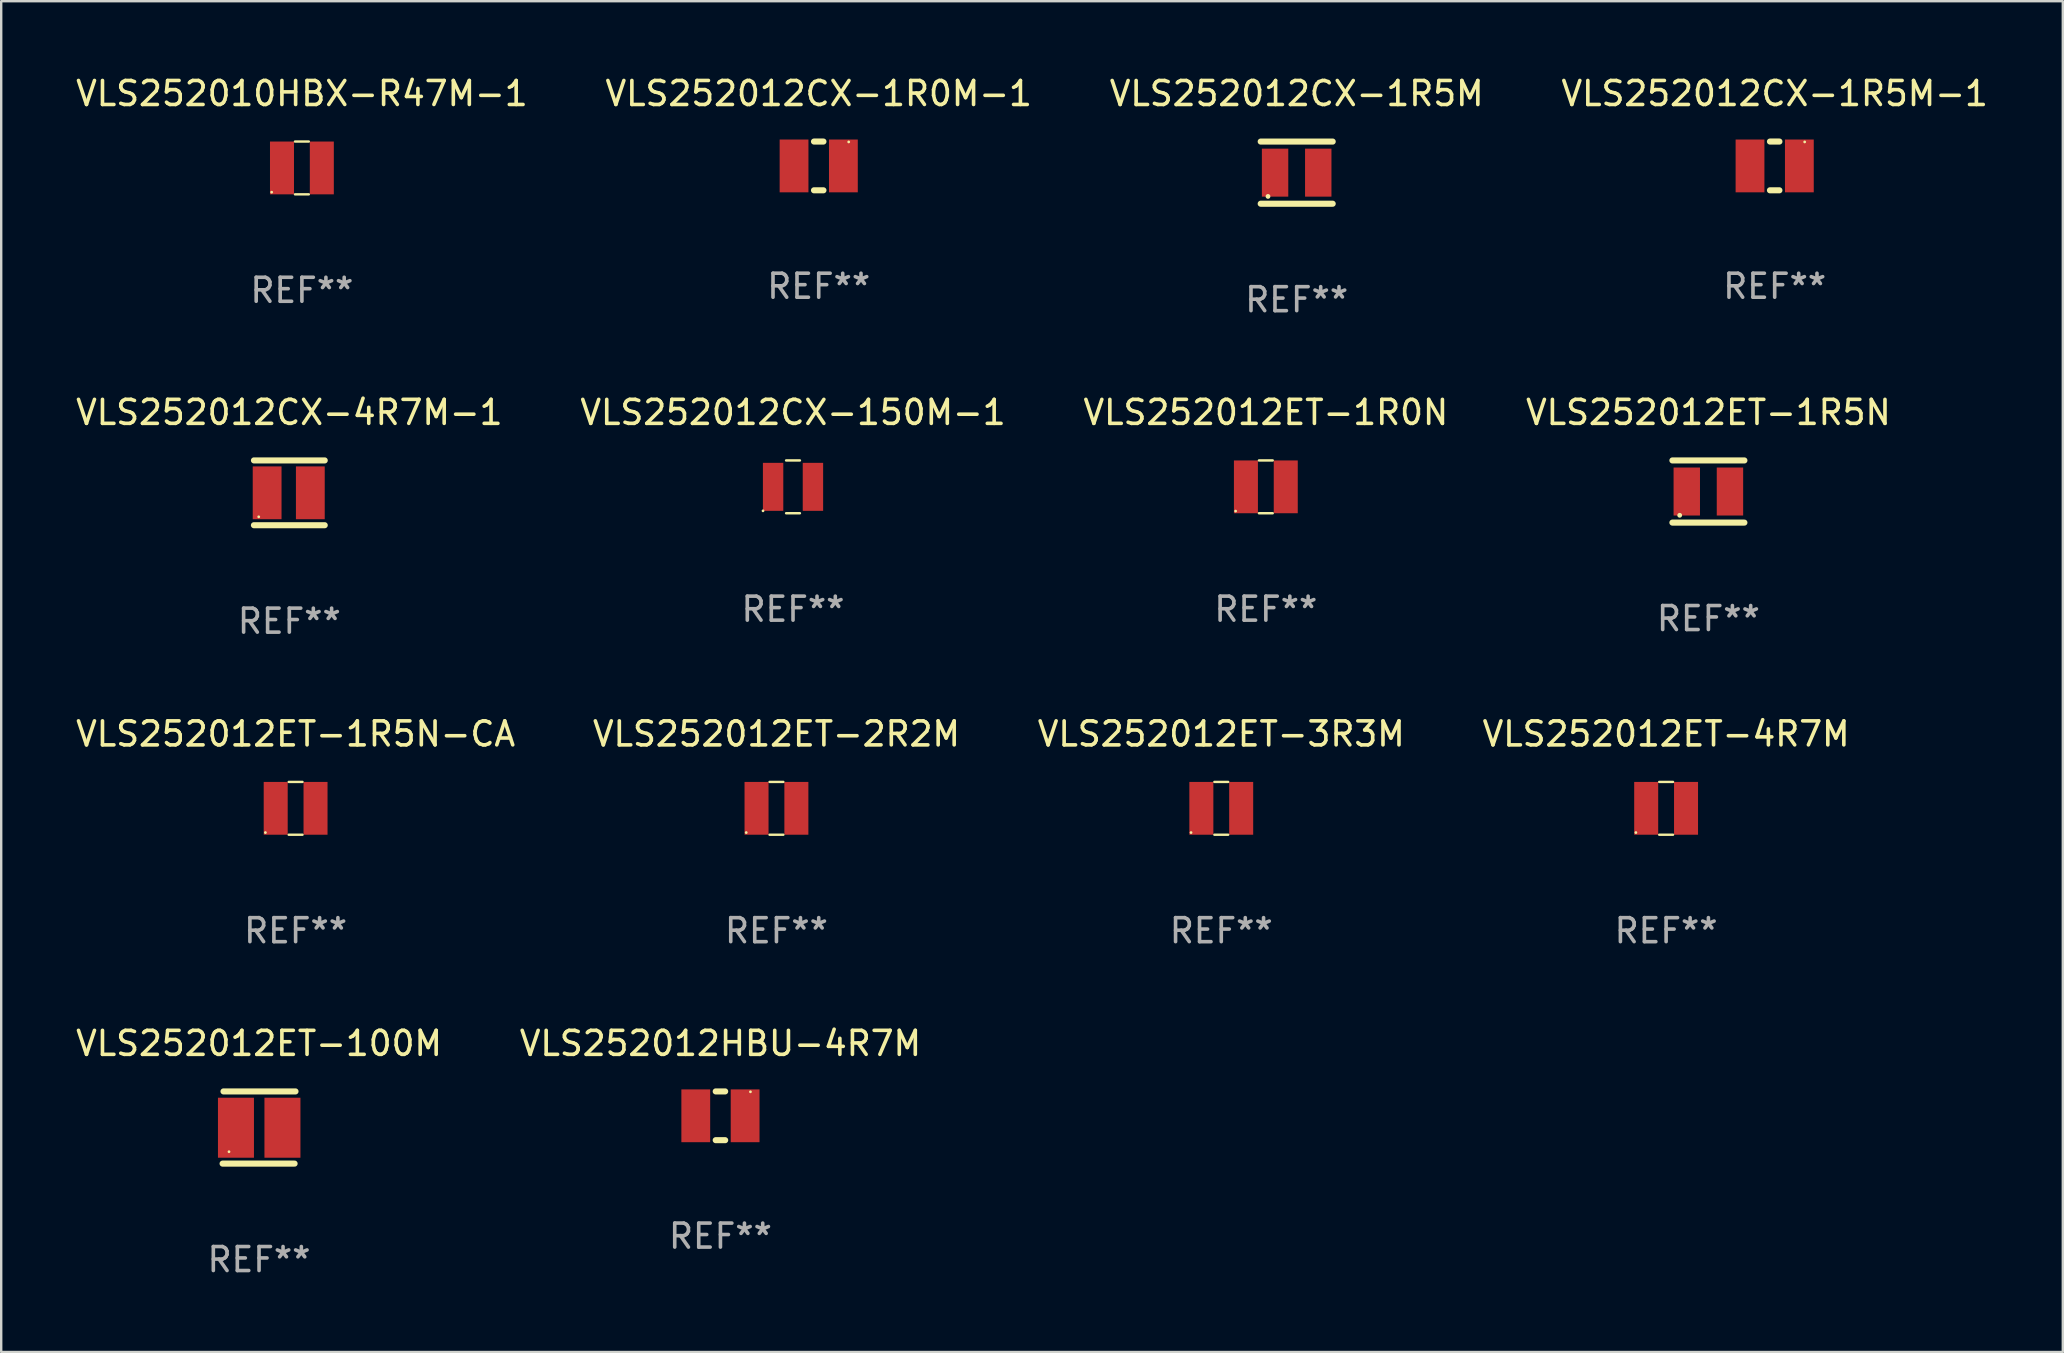
<source format=kicad_pcb>
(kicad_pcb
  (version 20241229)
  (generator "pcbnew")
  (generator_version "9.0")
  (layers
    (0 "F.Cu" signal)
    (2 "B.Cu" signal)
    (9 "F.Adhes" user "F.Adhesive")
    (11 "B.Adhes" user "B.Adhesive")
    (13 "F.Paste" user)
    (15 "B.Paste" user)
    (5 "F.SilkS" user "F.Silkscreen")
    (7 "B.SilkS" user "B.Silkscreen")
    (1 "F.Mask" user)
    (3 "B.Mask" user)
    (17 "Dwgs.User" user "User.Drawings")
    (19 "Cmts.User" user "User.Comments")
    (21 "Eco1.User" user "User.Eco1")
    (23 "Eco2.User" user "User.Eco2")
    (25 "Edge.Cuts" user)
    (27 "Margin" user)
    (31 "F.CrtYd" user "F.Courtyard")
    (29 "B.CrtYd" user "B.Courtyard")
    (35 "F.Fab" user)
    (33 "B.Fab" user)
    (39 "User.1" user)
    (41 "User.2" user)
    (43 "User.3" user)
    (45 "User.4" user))
  (footprint "VLS252010HBX-R47M-1"
    (layer "F.Cu")
    (at 9.53 3.948)
    (property "Reference" "VLS252010HBX-R47M-1" (at 0 -3.1 0) (layer "F.SilkS") (effects (font (size 1 1) (thickness 0.15))))
    (attr through_hole)
    (fp_line (start -0.287 -1.1) (end 0.287 -1.1) (stroke (width 0.102) (type solid)) (layer "F.SilkS"))
    (fp_line (start 0.287 1.1) (end -0.287 1.1) (stroke (width 0.102) (type solid)) (layer "F.SilkS"))
    (fp_circle (center -1.26 1.01) (end -1.23 1.01) (stroke (width 0.06) (type solid)) (fill no) (layer "F.SilkS"))
    (fp_text user "REF**" (at 0 5.1 0) (layer "F.Fab") (effects (font (size 1 1) (thickness 0.15))))
    (pad "1" smd rect (at -0.83 0) (size 1 2.2) (layers "F.Cu" "F.Mask" "F.Paste"))
    (pad "2" smd rect (at 0.83 0) (size 1 2.2) (layers "F.Cu" "F.Mask" "F.Paste")))
  (footprint "VLS252012HBU-4R7M"
    (layer "F.Cu")
    (at 26.97 43.444)
    (property "Reference" "VLS252012HBU-4R7M" (at 0 -3.016 0) (layer "F.SilkS") (effects (font (size 1 1) (thickness 0.15))))
    (attr through_hole)
    (fp_line (start -0.197 1.016) (end 0.197 1.016) (stroke (width 0.254) (type solid)) (layer "F.SilkS"))
    (fp_line (start 0.197 -1.016) (end -0.197 -1.016) (stroke (width 0.254) (type solid)) (layer "F.SilkS"))
    (fp_circle (center 1.25 -1) (end 1.28 -1) (stroke (width 0.06) (type solid)) (fill no) (layer "F.SilkS"))
    (fp_text user "REF**" (at 0 5.016 0) (layer "F.Fab") (effects (font (size 1 1) (thickness 0.15))))
    (pad "1" smd rect (at 1.028 0) (size 1.2 2.2) (layers "F.Cu" "F.Mask" "F.Paste"))
    (pad "2" smd rect (at -1.028 0) (size 1.2 2.2) (layers "F.Cu" "F.Mask" "F.Paste")))
  (footprint "VLS252012CX-1R0M-1"
    (layer "F.Cu")
    (at 31.065 3.864)
    (property "Reference" "VLS252012CX-1R0M-1" (at 0 -3.016 0) (layer "F.SilkS") (effects (font (size 1 1) (thickness 0.15))))
    (attr through_hole)
    (fp_line (start -0.197 1.016) (end 0.197 1.016) (stroke (width 0.254) (type solid)) (layer "F.SilkS"))
    (fp_line (start 0.197 -1.016) (end -0.197 -1.016) (stroke (width 0.254) (type solid)) (layer "F.SilkS"))
    (fp_circle (center 1.25 -1) (end 1.28 -1) (stroke (width 0.06) (type solid)) (fill no) (layer "F.SilkS"))
    (fp_text user "REF**" (at 0 5.016 0) (layer "F.Fab") (effects (font (size 1 1) (thickness 0.15))))
    (pad "1" smd rect (at 1.028 0) (size 1.2 2.2) (layers "F.Cu" "F.Mask" "F.Paste"))
    (pad "2" smd rect (at -1.028 0) (size 1.2 2.2) (layers "F.Cu" "F.Mask" "F.Paste")))
  (footprint "VLS252012CX-1R5M-1"
    (layer "F.Cu")
    (at 70.899 3.864)
    (property "Reference" "VLS252012CX-1R5M-1" (at 0 -3.016 0) (layer "F.SilkS") (effects (font (size 1 1) (thickness 0.15))))
    (attr through_hole)
    (fp_line (start -0.197 1.016) (end 0.197 1.016) (stroke (width 0.254) (type solid)) (layer "F.SilkS"))
    (fp_line (start 0.197 -1.016) (end -0.197 -1.016) (stroke (width 0.254) (type solid)) (layer "F.SilkS"))
    (fp_circle (center 1.25 -1) (end 1.28 -1) (stroke (width 0.06) (type solid)) (fill no) (layer "F.SilkS"))
    (fp_text user "REF**" (at 0 5.016 0) (layer "F.Fab") (effects (font (size 1 1) (thickness 0.15))))
    (pad "1" smd rect (at 1.028 0) (size 1.2 2.2) (layers "F.Cu" "F.Mask" "F.Paste"))
    (pad "2" smd rect (at -1.028 0) (size 1.2 2.2) (layers "F.Cu" "F.Mask" "F.Paste")))
  (footprint "VLS252012ET-4R7M"
    (layer "F.Cu")
    (at 66.375 30.632)
    (property "Reference" "VLS252012ET-4R7M" (at 0 -3.1 0) (layer "F.SilkS") (effects (font (size 1 1) (thickness 0.15))))
    (attr through_hole)
    (fp_line (start -0.287 -1.1) (end 0.287 -1.1) (stroke (width 0.102) (type solid)) (layer "F.SilkS"))
    (fp_line (start 0.287 1.1) (end -0.287 1.1) (stroke (width 0.102) (type solid)) (layer "F.SilkS"))
    (fp_circle (center -1.26 1.01) (end -1.23 1.01) (stroke (width 0.06) (type solid)) (fill no) (layer "F.SilkS"))
    (fp_text user "REF**" (at 0 5.1 0) (layer "F.Fab") (effects (font (size 1 1) (thickness 0.15))))
    (pad "1" smd rect (at -0.83 0) (size 1 2.2) (layers "F.Cu" "F.Mask" "F.Paste"))
    (pad "2" smd rect (at 0.83 0) (size 1 2.2) (layers "F.Cu" "F.Mask" "F.Paste")))
  (footprint "VLS252012ET-100M"
    (layer "F.Cu")
    (at 7.744 43.932)
    (property "Reference" "VLS252012ET-100M" (at 0 -3.504 0) (layer "F.SilkS") (effects (font (size 1 1) (thickness 0.15))))
    (attr through_hole)
    (fp_line (start -1.519 1.504) (end 1.481 1.504) (stroke (width 0.254) (type solid)) (layer "F.SilkS"))
    (fp_line (start -1.481 -1.504) (end 1.519 -1.504) (stroke (width 0.254) (type solid)) (layer "F.SilkS"))
    (fp_circle (center -1.252 1.009) (end -1.222 1.009) (stroke (width 0.06) (type solid)) (fill no) (layer "F.SilkS"))
    (fp_text user "REF**" (at 0 5.504 0) (layer "F.Fab") (effects (font (size 1 1) (thickness 0.15))))
    (pad "1" smd rect (at -0.962 0.009) (size 1.5 2.5) (layers "F.Cu" "F.Mask" "F.Paste"))
    (pad "2" smd rect (at 0.975 0.009) (size 1.5 2.5) (layers "F.Cu" "F.Mask" "F.Paste")))
  (footprint "VLS252012CX-1R5M"
    (layer "F.Cu")
    (at 50.982 4.144)
    (property "Reference" "VLS252012CX-1R5M" (at 0 -3.295 0) (layer "F.SilkS") (effects (font (size 1 1) (thickness 0.15))))
    (attr through_hole)
    (fp_line (start -1.5 -1.295) (end 1.5 -1.295) (stroke (width 0.254) (type solid)) (layer "F.SilkS"))
    (fp_line (start -1.5 1.295) (end 1.5 1.295) (stroke (width 0.254) (type solid)) (layer "F.SilkS"))
    (fp_circle (center -1.196 0.991) (end -1.146 0.991) (stroke (width 0.1) (type solid)) (fill no) (layer "F.SilkS"))
    (fp_text user "REF**" (at 0 5.295 0) (layer "F.Fab") (effects (font (size 1 1) (thickness 0.15))))
    (pad "1" smd rect (at -0.901 0) (size 1.1 2) (layers "F.Cu" "F.Mask" "F.Paste"))
    (pad "2" smd rect (at 0.898 0) (size 1.1 2) (layers "F.Cu" "F.Mask" "F.Paste")))
  (footprint "VLS252012CX-150M-1"
    (layer "F.Cu")
    (at 29.994 17.236)
    (property "Reference" "VLS252012CX-150M-1" (at 0 -3.1 0) (layer "F.SilkS") (effects (font (size 1 1) (thickness 0.15))))
    (attr through_hole)
    (fp_line (start -0.288 -1.1) (end 0.287 -1.1) (stroke (width 0.102) (type solid)) (layer "F.SilkS"))
    (fp_line (start 0.287 1.1) (end -0.288 1.1) (stroke (width 0.102) (type solid)) (layer "F.SilkS"))
    (fp_circle (center -1.25 1) (end -1.22 1) (stroke (width 0.06) (type solid)) (fill no) (layer "F.SilkS"))
    (fp_text user "REF**" (at 0 5.1 0) (layer "F.Fab") (effects (font (size 1 1) (thickness 0.15))))
    (pad "1" smd rect (at -0.83 -0.000076) (size 0.85 2) (layers "F.Cu" "F.Mask" "F.Paste"))
    (pad "2" smd rect (at 0.83 -0.000076) (size 0.85 2) (layers "F.Cu" "F.Mask" "F.Paste")))
  (footprint "VLS252012ET-1R0N"
    (layer "F.Cu")
    (at 49.696 17.236)
    (property "Reference" "VLS252012ET-1R0N" (at 0 -3.1 0) (layer "F.SilkS") (effects (font (size 1 1) (thickness 0.15))))
    (attr through_hole)
    (fp_line (start -0.287 -1.1) (end 0.287 -1.1) (stroke (width 0.102) (type solid)) (layer "F.SilkS"))
    (fp_line (start 0.287 1.1) (end -0.287 1.1) (stroke (width 0.102) (type solid)) (layer "F.SilkS"))
    (fp_circle (center -1.26 1.01) (end -1.23 1.01) (stroke (width 0.06) (type solid)) (fill no) (layer "F.SilkS"))
    (fp_text user "REF**" (at 0 5.1 0) (layer "F.Fab") (effects (font (size 1 1) (thickness 0.15))))
    (pad "1" smd rect (at -0.83 0) (size 1 2.2) (layers "F.Cu" "F.Mask" "F.Paste"))
    (pad "2" smd rect (at 0.83 0) (size 1 2.2) (layers "F.Cu" "F.Mask" "F.Paste")))
  (footprint "VLS252012ET-2R2M"
    (layer "F.Cu")
    (at 29.304 30.632)
    (property "Reference" "VLS252012ET-2R2M" (at 0 -3.1 0) (layer "F.SilkS") (effects (font (size 1 1) (thickness 0.15))))
    (attr through_hole)
    (fp_line (start -0.287 -1.1) (end 0.287 -1.1) (stroke (width 0.102) (type solid)) (layer "F.SilkS"))
    (fp_line (start 0.287 1.1) (end -0.287 1.1) (stroke (width 0.102) (type solid)) (layer "F.SilkS"))
    (fp_circle (center -1.26 1.01) (end -1.23 1.01) (stroke (width 0.06) (type solid)) (fill no) (layer "F.SilkS"))
    (fp_text user "REF**" (at 0 5.1 0) (layer "F.Fab") (effects (font (size 1 1) (thickness 0.15))))
    (pad "1" smd rect (at -0.83 0) (size 1 2.2) (layers "F.Cu" "F.Mask" "F.Paste"))
    (pad "2" smd rect (at 0.83 0) (size 1 2.2) (layers "F.Cu" "F.Mask" "F.Paste")))
  (footprint "VLS252012ET-3R3M"
    (layer "F.Cu")
    (at 47.839 30.632)
    (property "Reference" "VLS252012ET-3R3M" (at 0 -3.1 0) (layer "F.SilkS") (effects (font (size 1 1) (thickness 0.15))))
    (attr through_hole)
    (fp_line (start -0.287 -1.1) (end 0.287 -1.1) (stroke (width 0.102) (type solid)) (layer "F.SilkS"))
    (fp_line (start 0.287 1.1) (end -0.287 1.1) (stroke (width 0.102) (type solid)) (layer "F.SilkS"))
    (fp_circle (center -1.26 1.01) (end -1.23 1.01) (stroke (width 0.06) (type solid)) (fill no) (layer "F.SilkS"))
    (fp_text user "REF**" (at 0 5.1 0) (layer "F.Fab") (effects (font (size 1 1) (thickness 0.15))))
    (pad "1" smd rect (at -0.83 0) (size 1 2.2) (layers "F.Cu" "F.Mask" "F.Paste"))
    (pad "2" smd rect (at 0.83 0) (size 1 2.2) (layers "F.Cu" "F.Mask" "F.Paste")))
  (footprint "VLS252012ET-1R5N"
    (layer "F.Cu")
    (at 68.137 17.431)
    (property "Reference" "VLS252012ET-1R5N" (at 0 -3.295 0) (layer "F.SilkS") (effects (font (size 1 1) (thickness 0.15))))
    (attr through_hole)
    (fp_line (start -1.5 -1.295) (end 1.5 -1.295) (stroke (width 0.254) (type solid)) (layer "F.SilkS"))
    (fp_line (start -1.5 1.295) (end 1.5 1.295) (stroke (width 0.254) (type solid)) (layer "F.SilkS"))
    (fp_circle (center -1.196 0.991) (end -1.146 0.991) (stroke (width 0.1) (type solid)) (fill no) (layer "F.SilkS"))
    (fp_text user "REF**" (at 0 5.295 0) (layer "F.Fab") (effects (font (size 1 1) (thickness 0.15))))
    (pad "1" smd rect (at -0.901 0) (size 1.1 2) (layers "F.Cu" "F.Mask" "F.Paste"))
    (pad "2" smd rect (at 0.898 0) (size 1.1 2) (layers "F.Cu" "F.Mask" "F.Paste")))
  (footprint "VLS252012ET-1R5N-CA"
    (layer "F.Cu")
    (at 9.268 30.632)
    (property "Reference" "VLS252012ET-1R5N-CA" (at 0 -3.1 0) (layer "F.SilkS") (effects (font (size 1 1) (thickness 0.15))))
    (attr through_hole)
    (fp_line (start -0.287 -1.1) (end 0.287 -1.1) (stroke (width 0.102) (type solid)) (layer "F.SilkS"))
    (fp_line (start 0.287 1.1) (end -0.287 1.1) (stroke (width 0.102) (type solid)) (layer "F.SilkS"))
    (fp_circle (center -1.26 1.01) (end -1.23 1.01) (stroke (width 0.06) (type solid)) (fill no) (layer "F.SilkS"))
    (fp_text user "REF**" (at 0 5.1 0) (layer "F.Fab") (effects (font (size 1 1) (thickness 0.15))))
    (pad "1" smd rect (at -0.83 0) (size 1 2.2) (layers "F.Cu" "F.Mask" "F.Paste"))
    (pad "2" smd rect (at 0.83 0) (size 1 2.2) (layers "F.Cu" "F.Mask" "F.Paste")))
  (footprint "VLS252012CX-4R7M-1"
    (layer "F.Cu")
    (at 9.006 17.485)
    (property "Reference" "VLS252012CX-4R7M-1" (at 0 -3.35 0) (layer "F.SilkS") (effects (font (size 1 1) (thickness 0.15))))
    (attr through_hole)
    (fp_line (start -1.475 1.35) (end 1.475 1.35) (stroke (width 0.254) (type solid)) (layer "F.SilkS"))
    (fp_line (start 1.475 -1.35) (end -1.474 -1.35) (stroke (width 0.254) (type solid)) (layer "F.SilkS"))
    (fp_circle (center -1.275 1) (end -1.245 1) (stroke (width 0.06) (type solid)) (fill no) (layer "F.SilkS"))
    (fp_text user "REF**" (at 0 5.35 0) (layer "F.Fab") (effects (font (size 1 1) (thickness 0.15))))
    (pad "1" smd rect (at -0.925 -0.000178) (size 1.2 2.2) (layers "F.Cu" "F.Mask" "F.Paste"))
    (pad "2" smd rect (at 0.875 -0.000178) (size 1.2 2.2) (layers "F.Cu" "F.Mask" "F.Paste")))
  (gr_rect
    (start -3 -3)
    (end 82.905 53.285)
    (stroke (width 0.1) (type default))
    (fill no)
    (layer "Edge.Cuts")))
</source>
